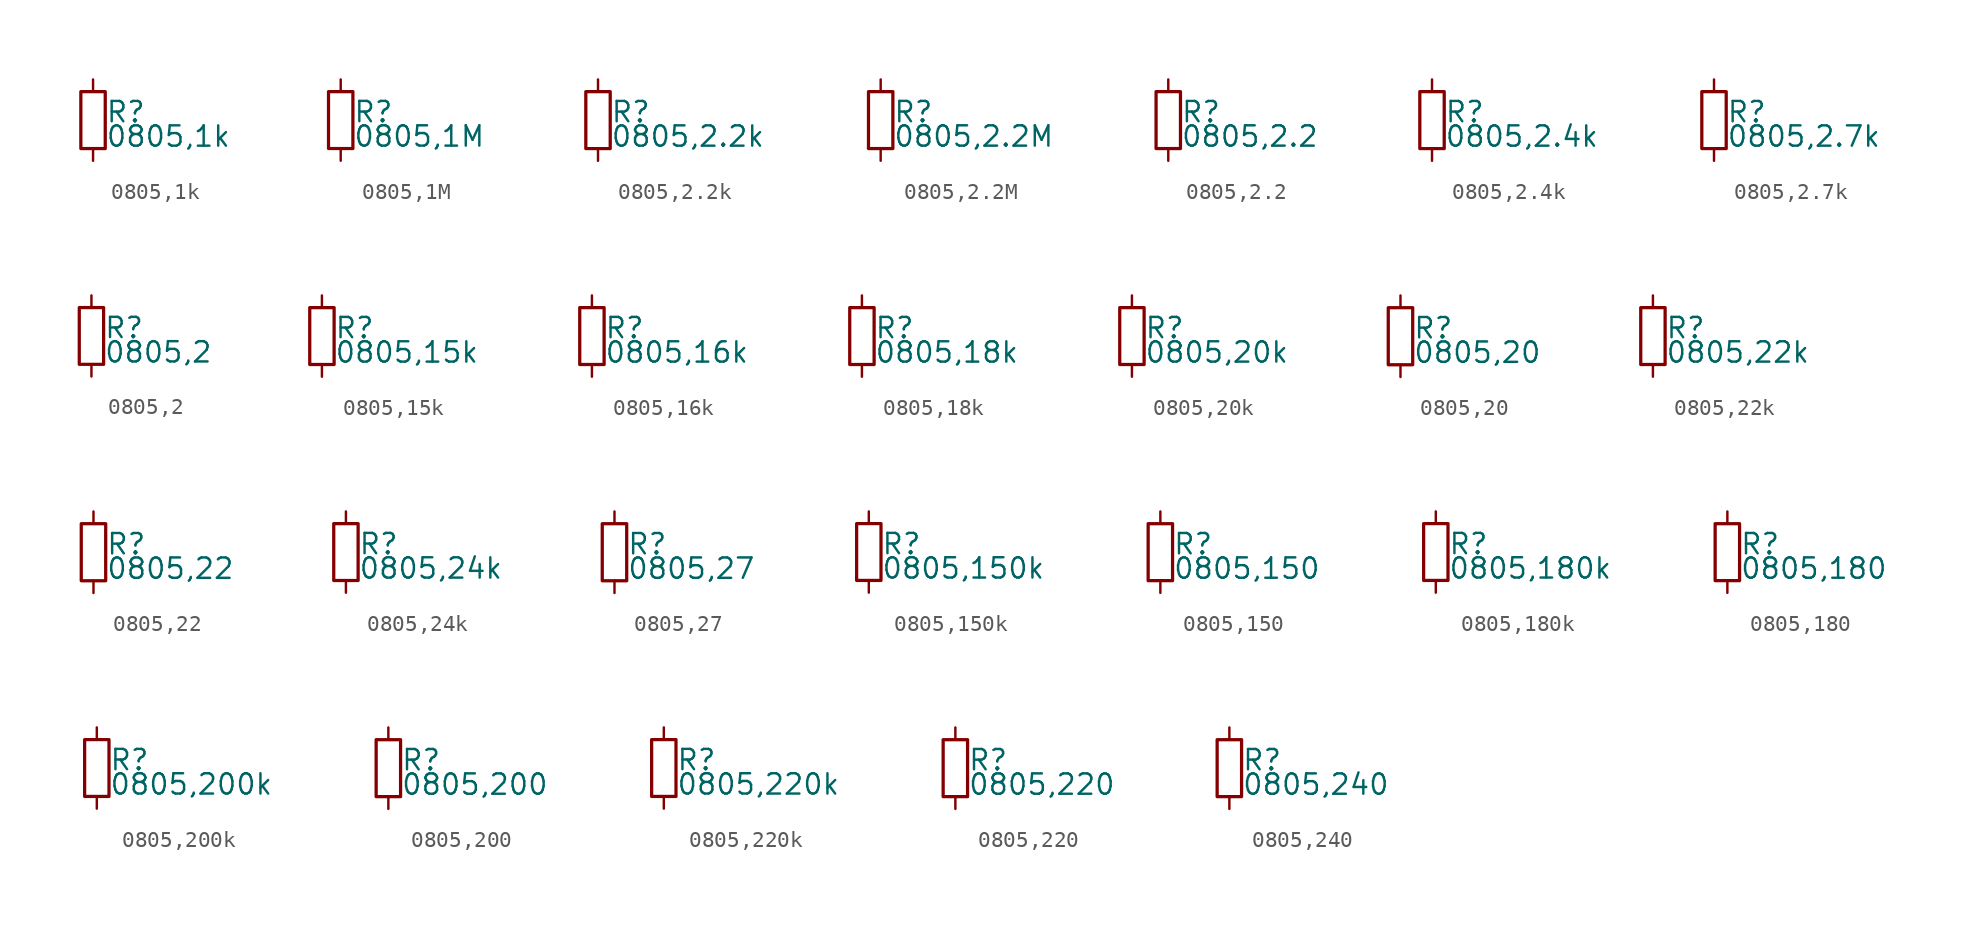
<source format=kicad_sym>
(kicad_symbol_lib
  (version 20220914)
  (generator kicad_symbol_editor)
  (symbol "0805,1k"
    (property "Reference" "R"
      (at 0.762 0.508 0)
      (effects (font (size 1.27 1.27)) (justify left)))
    (property "Value" "0805,1k"
      (at 0.762 -1.016 0)
      (effects (font (size 1.27 1.27)) (justify left)))
    (property "ki_locked" ""
      (at 0 0 0)
      (effects (font (size 1.27 1.27))))
    (symbol "0805,1k_0_0"
      (rectangle (start -0.762 1.778) (end 0.762 -1.778) (stroke (width 0.203) (type default)) (fill (type none)))
      (pin passive line (at 0 2.54 270) (length 0.762) (name "~" (effects (font (size 0 0)))) (number "1" (effects (font (size 0 0)))))
      (pin passive line (at 0 -2.54 90) (length 0.762) (name "~" (effects (font (size 0 0)))) (number "2" (effects (font (size 0 0)))))))
  (symbol "0805,1M"
    (property "Reference" "R"
      (at 0.762 0.508 0)
      (effects (font (size 1.27 1.27)) (justify left)))
    (property "Value" "0805,1M"
      (at 0.762 -1.016 0)
      (effects (font (size 1.27 1.27)) (justify left)))
    (property "ki_locked" ""
      (at 0 0 0)
      (effects (font (size 1.27 1.27))))
    (symbol "0805,1M_0_0"
      (rectangle (start -0.762 1.778) (end 0.762 -1.778) (stroke (width 0.203) (type default)) (fill (type none)))
      (pin passive line (at 0 2.54 270) (length 0.762) (name "~" (effects (font (size 0 0)))) (number "1" (effects (font (size 0 0)))))
      (pin passive line (at 0 -2.54 90) (length 0.762) (name "~" (effects (font (size 0 0)))) (number "2" (effects (font (size 0 0)))))))
  (symbol "0805,2.2k"
    (property "Reference" "R"
      (at 0.762 0.508 0)
      (effects (font (size 1.27 1.27)) (justify left)))
    (property "Value" "0805,2.2k"
      (at 0.762 -1.016 0)
      (effects (font (size 1.27 1.27)) (justify left)))
    (property "ki_locked" ""
      (at 0 0 0)
      (effects (font (size 1.27 1.27))))
    (symbol "0805,2.2k_0_0"
      (rectangle (start -0.762 1.778) (end 0.762 -1.778) (stroke (width 0.203) (type default)) (fill (type none)))
      (pin passive line (at 0 2.54 270) (length 0.762) (name "~" (effects (font (size 0 0)))) (number "1" (effects (font (size 0 0)))))
      (pin passive line (at 0 -2.54 90) (length 0.762) (name "~" (effects (font (size 0 0)))) (number "2" (effects (font (size 0 0)))))))
  (symbol "0805,2.2M"
    (property "Reference" "R"
      (at 0.762 0.508 0)
      (effects (font (size 1.27 1.27)) (justify left)))
    (property "Value" "0805,2.2M"
      (at 0.762 -1.016 0)
      (effects (font (size 1.27 1.27)) (justify left)))
    (property "ki_locked" ""
      (at 0 0 0)
      (effects (font (size 1.27 1.27))))
    (symbol "0805,2.2M_0_0"
      (rectangle (start -0.762 1.778) (end 0.762 -1.778) (stroke (width 0.203) (type default)) (fill (type none)))
      (pin passive line (at 0 2.54 270) (length 0.762) (name "~" (effects (font (size 0 0)))) (number "1" (effects (font (size 0 0)))))
      (pin passive line (at 0 -2.54 90) (length 0.762) (name "~" (effects (font (size 0 0)))) (number "2" (effects (font (size 0 0)))))))
  (symbol "0805,2.2"
    (property "Reference" "R"
      (at 0.762 0.508 0)
      (effects (font (size 1.27 1.27)) (justify left)))
    (property "Value" "0805,2.2"
      (at 0.762 -1.016 0)
      (effects (font (size 1.27 1.27)) (justify left)))
    (property "ki_locked" ""
      (at 0 0 0)
      (effects (font (size 1.27 1.27))))
    (symbol "0805,2.2_0_0"
      (rectangle (start -0.762 1.778) (end 0.762 -1.778) (stroke (width 0.203) (type default)) (fill (type none)))
      (pin passive line (at 0 2.54 270) (length 0.762) (name "~" (effects (font (size 0 0)))) (number "1" (effects (font (size 0 0)))))
      (pin passive line (at 0 -2.54 90) (length 0.762) (name "~" (effects (font (size 0 0)))) (number "2" (effects (font (size 0 0)))))))
  (symbol "0805,2.4k"
    (property "Reference" "R"
      (at 0.762 0.508 0)
      (effects (font (size 1.27 1.27)) (justify left)))
    (property "Value" "0805,2.4k"
      (at 0.762 -1.016 0)
      (effects (font (size 1.27 1.27)) (justify left)))
    (property "ki_locked" ""
      (at 0 0 0)
      (effects (font (size 1.27 1.27))))
    (symbol "0805,2.4k_0_0"
      (rectangle (start -0.762 1.778) (end 0.762 -1.778) (stroke (width 0.203) (type default)) (fill (type none)))
      (pin passive line (at 0 2.54 270) (length 0.762) (name "~" (effects (font (size 0 0)))) (number "1" (effects (font (size 0 0)))))
      (pin passive line (at 0 -2.54 90) (length 0.762) (name "~" (effects (font (size 0 0)))) (number "2" (effects (font (size 0 0)))))))
  (symbol "0805,2.7k"
    (property "Reference" "R"
      (at 0.762 0.508 0)
      (effects (font (size 1.27 1.27)) (justify left)))
    (property "Value" "0805,2.7k"
      (at 0.762 -1.016 0)
      (effects (font (size 1.27 1.27)) (justify left)))
    (property "ki_locked" ""
      (at 0 0 0)
      (effects (font (size 1.27 1.27))))
    (symbol "0805,2.7k_0_0"
      (rectangle (start -0.762 1.778) (end 0.762 -1.778) (stroke (width 0.203) (type default)) (fill (type none)))
      (pin passive line (at 0 2.54 270) (length 0.762) (name "~" (effects (font (size 0 0)))) (number "1" (effects (font (size 0 0)))))
      (pin passive line (at 0 -2.54 90) (length 0.762) (name "~" (effects (font (size 0 0)))) (number "2" (effects (font (size 0 0)))))))
  (symbol "0805,2"
    (property "Reference" "R"
      (at 0.762 0.508 0)
      (effects (font (size 1.27 1.27)) (justify left)))
    (property "Value" "0805,2"
      (at 0.762 -1.016 0)
      (effects (font (size 1.27 1.27)) (justify left)))
    (property "ki_locked" ""
      (at 0 0 0)
      (effects (font (size 1.27 1.27))))
    (symbol "0805,2_0_0"
      (rectangle (start -0.762 1.778) (end 0.762 -1.778) (stroke (width 0.203) (type default)) (fill (type none)))
      (pin passive line (at 0 2.54 270) (length 0.762) (name "~" (effects (font (size 0 0)))) (number "1" (effects (font (size 0 0)))))
      (pin passive line (at 0 -2.54 90) (length 0.762) (name "~" (effects (font (size 0 0)))) (number "2" (effects (font (size 0 0)))))))
  (symbol "0805,15k"
    (property "Reference" "R"
      (at 0.762 0.508 0)
      (effects (font (size 1.27 1.27)) (justify left)))
    (property "Value" "0805,15k"
      (at 0.762 -1.016 0)
      (effects (font (size 1.27 1.27)) (justify left)))
    (property "ki_locked" ""
      (at 0 0 0)
      (effects (font (size 1.27 1.27))))
    (symbol "0805,15k_0_0"
      (rectangle (start -0.762 1.778) (end 0.762 -1.778) (stroke (width 0.203) (type default)) (fill (type none)))
      (pin passive line (at 0 2.54 270) (length 0.762) (name "~" (effects (font (size 0 0)))) (number "1" (effects (font (size 0 0)))))
      (pin passive line (at 0 -2.54 90) (length 0.762) (name "~" (effects (font (size 0 0)))) (number "2" (effects (font (size 0 0)))))))
  (symbol "0805,16k"
    (property "Reference" "R"
      (at 0.762 0.508 0)
      (effects (font (size 1.27 1.27)) (justify left)))
    (property "Value" "0805,16k"
      (at 0.762 -1.016 0)
      (effects (font (size 1.27 1.27)) (justify left)))
    (property "ki_locked" ""
      (at 0 0 0)
      (effects (font (size 1.27 1.27))))
    (symbol "0805,16k_0_0"
      (rectangle (start -0.762 1.778) (end 0.762 -1.778) (stroke (width 0.203) (type default)) (fill (type none)))
      (pin passive line (at 0 2.54 270) (length 0.762) (name "~" (effects (font (size 0 0)))) (number "1" (effects (font (size 0 0)))))
      (pin passive line (at 0 -2.54 90) (length 0.762) (name "~" (effects (font (size 0 0)))) (number "2" (effects (font (size 0 0)))))))
  (symbol "0805,18k"
    (property "Reference" "R"
      (at 0.762 0.508 0)
      (effects (font (size 1.27 1.27)) (justify left)))
    (property "Value" "0805,18k"
      (at 0.762 -1.016 0)
      (effects (font (size 1.27 1.27)) (justify left)))
    (property "ki_locked" ""
      (at 0 0 0)
      (effects (font (size 1.27 1.27))))
    (symbol "0805,18k_0_0"
      (rectangle (start -0.762 1.778) (end 0.762 -1.778) (stroke (width 0.203) (type default)) (fill (type none)))
      (pin passive line (at 0 2.54 270) (length 0.762) (name "~" (effects (font (size 0 0)))) (number "1" (effects (font (size 0 0)))))
      (pin passive line (at 0 -2.54 90) (length 0.762) (name "~" (effects (font (size 0 0)))) (number "2" (effects (font (size 0 0)))))))
  (symbol "0805,20k"
    (property "Reference" "R"
      (at 0.762 0.508 0)
      (effects (font (size 1.27 1.27)) (justify left)))
    (property "Value" "0805,20k"
      (at 0.762 -1.016 0)
      (effects (font (size 1.27 1.27)) (justify left)))
    (property "ki_locked" ""
      (at 0 0 0)
      (effects (font (size 1.27 1.27))))
    (symbol "0805,20k_0_0"
      (rectangle (start -0.762 1.778) (end 0.762 -1.778) (stroke (width 0.203) (type default)) (fill (type none)))
      (pin passive line (at 0 2.54 270) (length 0.762) (name "~" (effects (font (size 0 0)))) (number "1" (effects (font (size 0 0)))))
      (pin passive line (at 0 -2.54 90) (length 0.762) (name "~" (effects (font (size 0 0)))) (number "2" (effects (font (size 0 0)))))))
  (symbol "0805,20"
    (property "Reference" "R"
      (at 0.762 0.508 0)
      (effects (font (size 1.27 1.27)) (justify left)))
    (property "Value" "0805,20"
      (at 0.762 -1.016 0)
      (effects (font (size 1.27 1.27)) (justify left)))
    (property "ki_locked" ""
      (at 0 0 0)
      (effects (font (size 1.27 1.27))))
    (symbol "0805,20_0_0"
      (rectangle (start -0.762 1.778) (end 0.762 -1.778) (stroke (width 0.203) (type default)) (fill (type none)))
      (pin passive line (at 0 2.54 270) (length 0.762) (name "~" (effects (font (size 0 0)))) (number "1" (effects (font (size 0 0)))))
      (pin passive line (at 0 -2.54 90) (length 0.762) (name "~" (effects (font (size 0 0)))) (number "2" (effects (font (size 0 0)))))))
  (symbol "0805,22k"
    (property "Reference" "R"
      (at 0.762 0.508 0)
      (effects (font (size 1.27 1.27)) (justify left)))
    (property "Value" "0805,22k"
      (at 0.762 -1.016 0)
      (effects (font (size 1.27 1.27)) (justify left)))
    (property "ki_locked" ""
      (at 0 0 0)
      (effects (font (size 1.27 1.27))))
    (symbol "0805,22k_0_0"
      (rectangle (start -0.762 1.778) (end 0.762 -1.778) (stroke (width 0.203) (type default)) (fill (type none)))
      (pin passive line (at 0 2.54 270) (length 0.762) (name "~" (effects (font (size 0 0)))) (number "1" (effects (font (size 0 0)))))
      (pin passive line (at 0 -2.54 90) (length 0.762) (name "~" (effects (font (size 0 0)))) (number "2" (effects (font (size 0 0)))))))
  (symbol "0805,22"
    (property "Reference" "R"
      (at 0.762 0.508 0)
      (effects (font (size 1.27 1.27)) (justify left)))
    (property "Value" "0805,22"
      (at 0.762 -1.016 0)
      (effects (font (size 1.27 1.27)) (justify left)))
    (property "ki_locked" ""
      (at 0 0 0)
      (effects (font (size 1.27 1.27))))
    (symbol "0805,22_0_0"
      (rectangle (start -0.762 1.778) (end 0.762 -1.778) (stroke (width 0.203) (type default)) (fill (type none)))
      (pin passive line (at 0 2.54 270) (length 0.762) (name "~" (effects (font (size 0 0)))) (number "1" (effects (font (size 0 0)))))
      (pin passive line (at 0 -2.54 90) (length 0.762) (name "~" (effects (font (size 0 0)))) (number "2" (effects (font (size 0 0)))))))
  (symbol "0805,24k"
    (property "Reference" "R"
      (at 0.762 0.508 0)
      (effects (font (size 1.27 1.27)) (justify left)))
    (property "Value" "0805,24k"
      (at 0.762 -1.016 0)
      (effects (font (size 1.27 1.27)) (justify left)))
    (property "ki_locked" ""
      (at 0 0 0)
      (effects (font (size 1.27 1.27))))
    (symbol "0805,24k_0_0"
      (rectangle (start -0.762 1.778) (end 0.762 -1.778) (stroke (width 0.203) (type default)) (fill (type none)))
      (pin passive line (at 0 2.54 270) (length 0.762) (name "~" (effects (font (size 0 0)))) (number "1" (effects (font (size 0 0)))))
      (pin passive line (at 0 -2.54 90) (length 0.762) (name "~" (effects (font (size 0 0)))) (number "2" (effects (font (size 0 0)))))))
  (symbol "0805,27"
    (property "Reference" "R"
      (at 0.762 0.508 0)
      (effects (font (size 1.27 1.27)) (justify left)))
    (property "Value" "0805,27"
      (at 0.762 -1.016 0)
      (effects (font (size 1.27 1.27)) (justify left)))
    (property "ki_locked" ""
      (at 0 0 0)
      (effects (font (size 1.27 1.27))))
    (symbol "0805,27_0_0"
      (rectangle (start -0.762 1.778) (end 0.762 -1.778) (stroke (width 0.203) (type default)) (fill (type none)))
      (pin passive line (at 0 2.54 270) (length 0.762) (name "~" (effects (font (size 0 0)))) (number "1" (effects (font (size 0 0)))))
      (pin passive line (at 0 -2.54 90) (length 0.762) (name "~" (effects (font (size 0 0)))) (number "2" (effects (font (size 0 0)))))))
  (symbol "0805,150k"
    (property "Reference" "R"
      (at 0.762 0.508 0)
      (effects (font (size 1.27 1.27)) (justify left)))
    (property "Value" "0805,150k"
      (at 0.762 -1.016 0)
      (effects (font (size 1.27 1.27)) (justify left)))
    (property "ki_locked" ""
      (at 0 0 0)
      (effects (font (size 1.27 1.27))))
    (symbol "0805,150k_0_0"
      (rectangle (start -0.762 1.778) (end 0.762 -1.778) (stroke (width 0.203) (type default)) (fill (type none)))
      (pin passive line (at 0 2.54 270) (length 0.762) (name "~" (effects (font (size 0 0)))) (number "1" (effects (font (size 0 0)))))
      (pin passive line (at 0 -2.54 90) (length 0.762) (name "~" (effects (font (size 0 0)))) (number "2" (effects (font (size 0 0)))))))
  (symbol "0805,150"
    (property "Reference" "R"
      (at 0.762 0.508 0)
      (effects (font (size 1.27 1.27)) (justify left)))
    (property "Value" "0805,150"
      (at 0.762 -1.016 0)
      (effects (font (size 1.27 1.27)) (justify left)))
    (property "ki_locked" ""
      (at 0 0 0)
      (effects (font (size 1.27 1.27))))
    (symbol "0805,150_0_0"
      (rectangle (start -0.762 1.778) (end 0.762 -1.778) (stroke (width 0.203) (type default)) (fill (type none)))
      (pin passive line (at 0 2.54 270) (length 0.762) (name "~" (effects (font (size 0 0)))) (number "1" (effects (font (size 0 0)))))
      (pin passive line (at 0 -2.54 90) (length 0.762) (name "~" (effects (font (size 0 0)))) (number "2" (effects (font (size 0 0)))))))
  (symbol "0805,180k"
    (property "Reference" "R"
      (at 0.762 0.508 0)
      (effects (font (size 1.27 1.27)) (justify left)))
    (property "Value" "0805,180k"
      (at 0.762 -1.016 0)
      (effects (font (size 1.27 1.27)) (justify left)))
    (property "ki_locked" ""
      (at 0 0 0)
      (effects (font (size 1.27 1.27))))
    (symbol "0805,180k_0_0"
      (rectangle (start -0.762 1.778) (end 0.762 -1.778) (stroke (width 0.203) (type default)) (fill (type none)))
      (pin passive line (at 0 2.54 270) (length 0.762) (name "~" (effects (font (size 0 0)))) (number "1" (effects (font (size 0 0)))))
      (pin passive line (at 0 -2.54 90) (length 0.762) (name "~" (effects (font (size 0 0)))) (number "2" (effects (font (size 0 0)))))))
  (symbol "0805,180"
    (property "Reference" "R"
      (at 0.762 0.508 0)
      (effects (font (size 1.27 1.27)) (justify left)))
    (property "Value" "0805,180"
      (at 0.762 -1.016 0)
      (effects (font (size 1.27 1.27)) (justify left)))
    (property "ki_locked" ""
      (at 0 0 0)
      (effects (font (size 1.27 1.27))))
    (symbol "0805,180_0_0"
      (rectangle (start -0.762 1.778) (end 0.762 -1.778) (stroke (width 0.203) (type default)) (fill (type none)))
      (pin passive line (at 0 2.54 270) (length 0.762) (name "~" (effects (font (size 0 0)))) (number "1" (effects (font (size 0 0)))))
      (pin passive line (at 0 -2.54 90) (length 0.762) (name "~" (effects (font (size 0 0)))) (number "2" (effects (font (size 0 0)))))))
  (symbol "0805,200k"
    (property "Reference" "R"
      (at 0.762 0.508 0)
      (effects (font (size 1.27 1.27)) (justify left)))
    (property "Value" "0805,200k"
      (at 0.762 -1.016 0)
      (effects (font (size 1.27 1.27)) (justify left)))
    (property "ki_locked" ""
      (at 0 0 0)
      (effects (font (size 1.27 1.27))))
    (symbol "0805,200k_0_0"
      (rectangle (start -0.762 1.778) (end 0.762 -1.778) (stroke (width 0.203) (type default)) (fill (type none)))
      (pin passive line (at 0 2.54 270) (length 0.762) (name "~" (effects (font (size 0 0)))) (number "1" (effects (font (size 0 0)))))
      (pin passive line (at 0 -2.54 90) (length 0.762) (name "~" (effects (font (size 0 0)))) (number "2" (effects (font (size 0 0)))))))
  (symbol "0805,200"
    (property "Reference" "R"
      (at 0.762 0.508 0)
      (effects (font (size 1.27 1.27)) (justify left)))
    (property "Value" "0805,200"
      (at 0.762 -1.016 0)
      (effects (font (size 1.27 1.27)) (justify left)))
    (property "ki_locked" ""
      (at 0 0 0)
      (effects (font (size 1.27 1.27))))
    (symbol "0805,200_0_0"
      (rectangle (start -0.762 1.778) (end 0.762 -1.778) (stroke (width 0.203) (type default)) (fill (type none)))
      (pin passive line (at 0 2.54 270) (length 0.762) (name "~" (effects (font (size 0 0)))) (number "1" (effects (font (size 0 0)))))
      (pin passive line (at 0 -2.54 90) (length 0.762) (name "~" (effects (font (size 0 0)))) (number "2" (effects (font (size 0 0)))))))
  (symbol "0805,220k"
    (property "Reference" "R"
      (at 0.762 0.508 0)
      (effects (font (size 1.27 1.27)) (justify left)))
    (property "Value" "0805,220k"
      (at 0.762 -1.016 0)
      (effects (font (size 1.27 1.27)) (justify left)))
    (property "ki_locked" ""
      (at 0 0 0)
      (effects (font (size 1.27 1.27))))
    (symbol "0805,220k_0_0"
      (rectangle (start -0.762 1.778) (end 0.762 -1.778) (stroke (width 0.203) (type default)) (fill (type none)))
      (pin passive line (at 0 2.54 270) (length 0.762) (name "~" (effects (font (size 0 0)))) (number "1" (effects (font (size 0 0)))))
      (pin passive line (at 0 -2.54 90) (length 0.762) (name "~" (effects (font (size 0 0)))) (number "2" (effects (font (size 0 0)))))))
  (symbol "0805,220"
    (property "Reference" "R"
      (at 0.762 0.508 0)
      (effects (font (size 1.27 1.27)) (justify left)))
    (property "Value" "0805,220"
      (at 0.762 -1.016 0)
      (effects (font (size 1.27 1.27)) (justify left)))
    (property "ki_locked" ""
      (at 0 0 0)
      (effects (font (size 1.27 1.27))))
    (symbol "0805,220_0_0"
      (rectangle (start -0.762 1.778) (end 0.762 -1.778) (stroke (width 0.203) (type default)) (fill (type none)))
      (pin passive line (at 0 2.54 270) (length 0.762) (name "~" (effects (font (size 0 0)))) (number "1" (effects (font (size 0 0)))))
      (pin passive line (at 0 -2.54 90) (length 0.762) (name "~" (effects (font (size 0 0)))) (number "2" (effects (font (size 0 0)))))))
  (symbol "0805,240"
    (property "Reference" "R"
      (at 0.762 0.508 0)
      (effects (font (size 1.27 1.27)) (justify left)))
    (property "Value" "0805,240"
      (at 0.762 -1.016 0)
      (effects (font (size 1.27 1.27)) (justify left)))
    (property "ki_locked" ""
      (at 0 0 0)
      (effects (font (size 1.27 1.27))))
    (symbol "0805,240_0_0"
      (rectangle (start -0.762 1.778) (end 0.762 -1.778) (stroke (width 0.203) (type default)) (fill (type none)))
      (pin passive line (at 0 2.54 270) (length 0.762) (name "~" (effects (font (size 0 0)))) (number "1" (effects (font (size 0 0)))))
      (pin passive line (at 0 -2.54 90) (length 0.762) (name "~" (effects (font (size 0 0)))) (number "2" (effects (font (size 0 0))))))))
</source>
